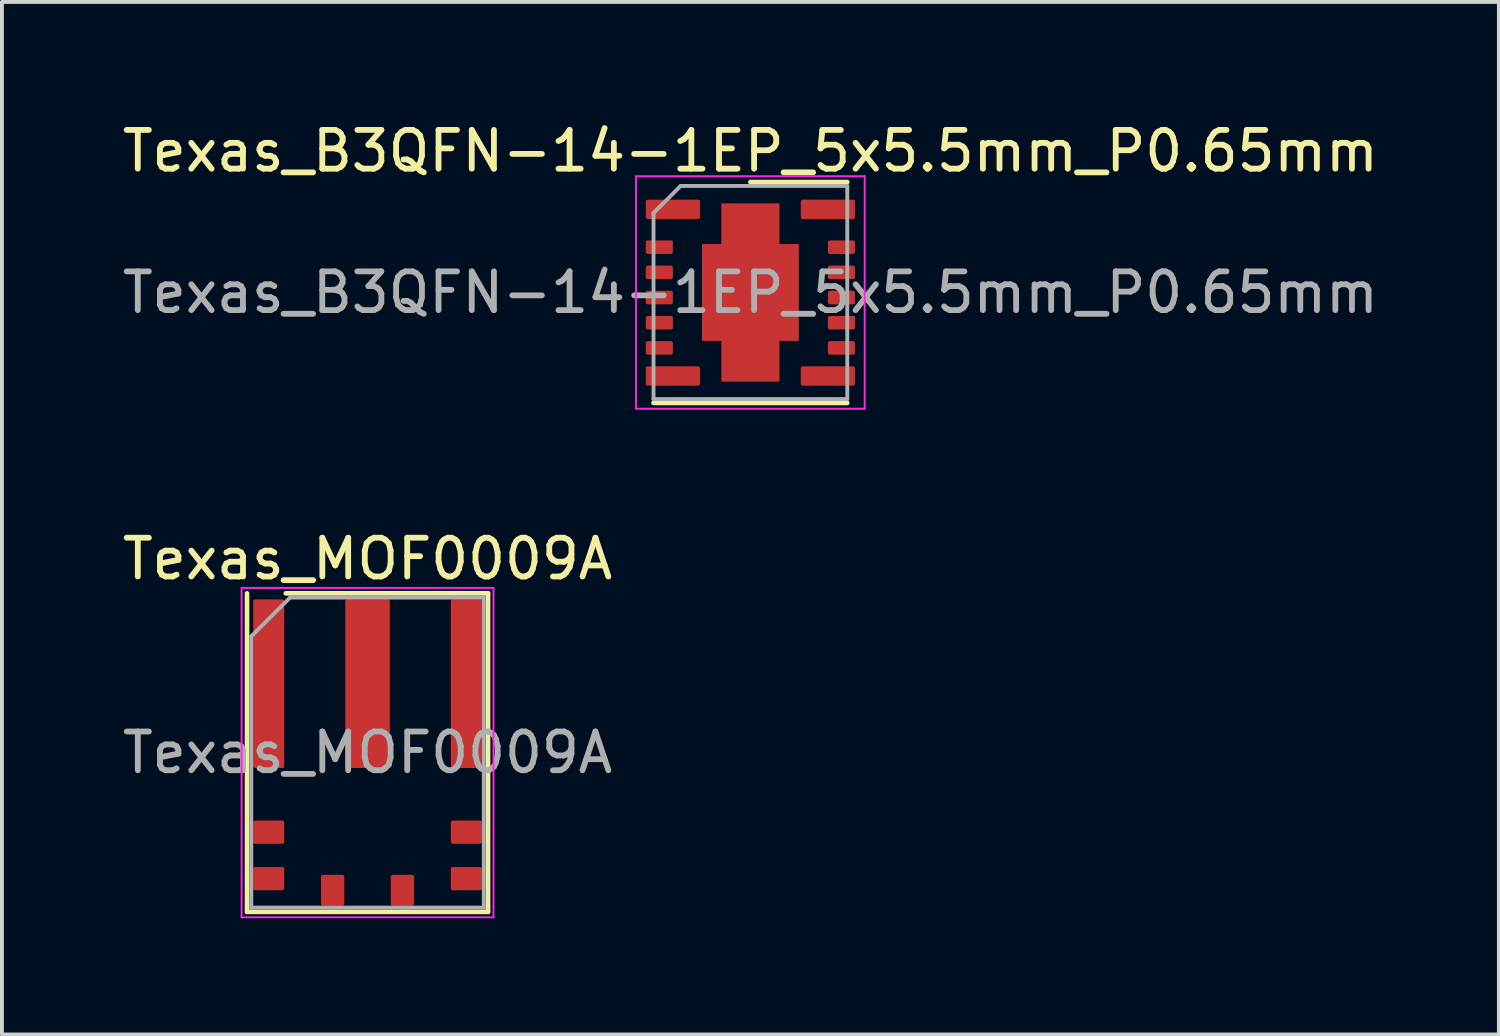
<source format=kicad_pcb>
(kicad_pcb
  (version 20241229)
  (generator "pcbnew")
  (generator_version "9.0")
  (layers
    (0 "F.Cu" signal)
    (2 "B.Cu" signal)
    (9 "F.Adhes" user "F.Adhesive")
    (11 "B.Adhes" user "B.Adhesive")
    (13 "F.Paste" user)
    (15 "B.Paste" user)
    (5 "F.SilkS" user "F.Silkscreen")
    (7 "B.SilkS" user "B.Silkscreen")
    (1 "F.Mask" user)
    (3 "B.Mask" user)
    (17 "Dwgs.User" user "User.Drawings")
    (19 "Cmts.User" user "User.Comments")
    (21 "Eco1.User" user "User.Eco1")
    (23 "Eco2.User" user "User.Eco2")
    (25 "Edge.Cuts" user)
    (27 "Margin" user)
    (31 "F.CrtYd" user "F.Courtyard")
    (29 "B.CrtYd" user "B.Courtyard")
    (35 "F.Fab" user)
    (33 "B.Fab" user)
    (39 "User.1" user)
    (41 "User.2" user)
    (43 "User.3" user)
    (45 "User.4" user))
  (footprint "Texas_MOF0009A"
    (layer "F.Cu")
    (at 6.435 16.372)
    (property "Reference" "Texas_MOF0009A" (at 0 -5 0) (layer "F.SilkS") (effects (font (size 1 1) (thickness 0.15))))
    (attr smd)
    (fp_line (start -3.11 4.11) (end -3.11 -4.11) (stroke (width 0.12) (type solid)) (layer "F.SilkS"))
    (fp_line (start -2.11 -4.11) (end 3.11 -4.11) (stroke (width 0.12) (type solid)) (layer "F.SilkS"))
    (fp_line (start 3.11 -4.11) (end 3.11 4.11) (stroke (width 0.12) (type solid)) (layer "F.SilkS"))
    (fp_line (start 3.11 4.11) (end -3.11 4.11) (stroke (width 0.12) (type solid)) (layer "F.SilkS"))
    (fp_line (start -3.25 -4.25) (end 3.25 -4.25) (stroke (width 0.05) (type solid)) (layer "F.CrtYd"))
    (fp_line (start -3.25 4.25) (end -3.25 -4.25) (stroke (width 0.05) (type solid)) (layer "F.CrtYd"))
    (fp_line (start 3.25 -4.25) (end 3.25 4.25) (stroke (width 0.05) (type solid)) (layer "F.CrtYd"))
    (fp_line (start 3.25 4.25) (end -3.25 4.25) (stroke (width 0.05) (type solid)) (layer "F.CrtYd"))
    (fp_line (start -3 4) (end -3 -3) (stroke (width 0.1) (type solid)) (layer "F.Fab"))
    (fp_line (start -2 -4) (end -3 -3) (stroke (width 0.1) (type solid)) (layer "F.Fab"))
    (fp_line (start -2 -4) (end 3 -4) (stroke (width 0.1) (type solid)) (layer "F.Fab"))
    (fp_line (start 3 -4) (end 3 4) (stroke (width 0.1) (type solid)) (layer "F.Fab"))
    (fp_line (start 3 4) (end -3 4) (stroke (width 0.1) (type solid)) (layer "F.Fab"))
    (fp_text user "${REFERENCE}" (at 0 0 0) (layer "F.Fab") (effects (font (size 1 1) (thickness 0.15))))
    (pad "" smd roundrect (at -2.55 -3.558) (size 0.7 0.59) (layers "F.Paste") (roundrect_rratio 0.085))
    (pad "" smd roundrect (at -2.55 -2.667) (size 0.7 0.59) (layers "F.Paste") (roundrect_rratio 0.085))
    (pad "" smd roundrect (at -2.55 -1.778) (size 0.7 0.59) (layers "F.Paste") (roundrect_rratio 0.085))
    (pad "" smd roundrect (at -2.55 -0.887) (size 0.7 0.59) (layers "F.Paste") (roundrect_rratio 0.085))
    (pad "" smd roundrect (at -2.55 0.003) (size 0.7 0.59) (layers "F.Paste") (roundrect_rratio 0.085))
    (pad "" smd roundrect (at 0 -3.558) (size 1.05 0.59) (layers "F.Paste") (roundrect_rratio 0.085))
    (pad "" smd roundrect (at 0 -2.667) (size 1.05 0.59) (layers "F.Paste") (roundrect_rratio 0.085))
    (pad "" smd roundrect (at 0 -1.778) (size 1.05 0.59) (layers "F.Paste") (roundrect_rratio 0.085))
    (pad "" smd roundrect (at 0 -0.887) (size 1.05 0.59) (layers "F.Paste") (roundrect_rratio 0.085))
    (pad "" smd roundrect (at 0 0.003) (size 1.05 0.59) (layers "F.Paste") (roundrect_rratio 0.085))
    (pad "" smd roundrect (at 2.55 -3.558) (size 0.7 0.59) (layers "F.Paste") (roundrect_rratio 0.085))
    (pad "" smd roundrect (at 2.55 -2.667) (size 0.7 0.59) (layers "F.Paste") (roundrect_rratio 0.085))
    (pad "" smd roundrect (at 2.55 -1.778) (size 0.7 0.59) (layers "F.Paste") (roundrect_rratio 0.085))
    (pad "" smd roundrect (at 2.55 -0.887) (size 0.7 0.59) (layers "F.Paste") (roundrect_rratio 0.085))
    (pad "" smd roundrect (at 2.55 0.003) (size 0.7 0.59) (layers "F.Paste") (roundrect_rratio 0.085))
    (pad "1" smd roundrect (at -2.55 -1.778) (size 0.8 4.35) (layers "F.Cu" "F.Mask") (roundrect_rratio 0.063))
    (pad "2" smd roundrect (at -2.55 2.053) (size 0.8 0.6) (layers "F.Cu" "F.Mask" "F.Paste") (roundrect_rratio 0.084))
    (pad "3" smd roundrect (at -2.55 3.252) (size 0.8 0.6) (layers "F.Cu" "F.Mask" "F.Paste") (roundrect_rratio 0.084))
    (pad "4" smd roundrect (at -0.9 3.553) (size 0.6 0.8) (layers "F.Cu" "F.Mask" "F.Paste") (roundrect_rratio 0.084))
    (pad "5" smd roundrect (at 0.9 3.553) (size 0.6 0.8) (layers "F.Cu" "F.Mask" "F.Paste") (roundrect_rratio 0.084))
    (pad "6" smd roundrect (at 2.55 3.252) (size 0.8 0.6) (layers "F.Cu" "F.Mask" "F.Paste") (roundrect_rratio 0.084))
    (pad "7" smd roundrect (at 2.55 2.053) (size 0.8 0.6) (layers "F.Cu" "F.Mask" "F.Paste") (roundrect_rratio 0.084))
    (pad "8" smd roundrect (at 2.55 -1.778) (size 0.8 4.35) (layers "F.Cu" "F.Mask") (roundrect_rratio 0.063))
    (pad "9" smd roundrect (at 0 -1.778) (size 1.15 4.35) (layers "F.Cu" "F.Mask") (roundrect_rratio 0.044)))
  (footprint "Texas_B3QFN-14-1EP_5x5.5mm_P0.65mm"
    (layer "F.Cu")
    (at 16.315 4.498)
    (property "Reference" "Texas_B3QFN-14-1EP_5x5.5mm_P0.65mm" (at 0 -3.65 0) (layer "F.SilkS") (effects (font (size 1 1) (thickness 0.15))))
    (attr smd)
    (fp_line (start 2.5 -2.85) (end 0 -2.85) (stroke (width 0.12) (type solid)) (layer "F.SilkS"))
    (fp_line (start 2.5 2.85) (end -2.5 2.85) (stroke (width 0.12) (type solid)) (layer "F.SilkS"))
    (fp_line (start -2.95 -3) (end 2.95 -3) (stroke (width 0.05) (type solid)) (layer "F.CrtYd"))
    (fp_line (start -2.95 3) (end -2.95 -3) (stroke (width 0.05) (type solid)) (layer "F.CrtYd"))
    (fp_line (start 2.95 -3) (end 2.95 3) (stroke (width 0.05) (type solid)) (layer "F.CrtYd"))
    (fp_line (start 2.95 3) (end -2.95 3) (stroke (width 0.05) (type solid)) (layer "F.CrtYd"))
    (fp_line (start -2.5 2.75) (end -2.5 -2.05) (stroke (width 0.1) (type solid)) (layer "F.Fab"))
    (fp_line (start -1.8 -2.75) (end -2.5 -2.05) (stroke (width 0.1) (type solid)) (layer "F.Fab"))
    (fp_line (start -1.8 -2.75) (end 2.5 -2.75) (stroke (width 0.1) (type solid)) (layer "F.Fab"))
    (fp_line (start 2.5 -2.75) (end 2.5 2.75) (stroke (width 0.1) (type solid)) (layer "F.Fab"))
    (fp_line (start 2.5 2.75) (end -2.5 2.75) (stroke (width 0.1) (type solid)) (layer "F.Fab"))
    (fp_text user "${REFERENCE}" (at 0 0 0) (layer "F.Fab") (effects (font (size 1 1) (thickness 0.15))))
    (pad "1" smd roundrect (at -2 -2.145) (size 1.4 0.5) (layers "F.Cu" "F.Mask" "F.Paste") (roundrect_rratio 0.1))
    (pad "2" smd roundrect (at -2.35 -1.17) (size 0.7 0.35) (layers "F.Cu" "F.Mask" "F.Paste") (roundrect_rratio 0.143))
    (pad "3" smd roundrect (at -2.35 -0.52) (size 0.7 0.35) (layers "F.Cu" "F.Mask" "F.Paste") (roundrect_rratio 0.143))
    (pad "4" smd roundrect (at -2.35 0.13) (size 0.7 0.35) (layers "F.Cu" "F.Mask" "F.Paste") (roundrect_rratio 0.143))
    (pad "5" smd roundrect (at -2.35 0.78) (size 0.7 0.35) (layers "F.Cu" "F.Mask" "F.Paste") (roundrect_rratio 0.143))
    (pad "6" smd roundrect (at -2.35 1.43) (size 0.7 0.35) (layers "F.Cu" "F.Mask" "F.Paste") (roundrect_rratio 0.143))
    (pad "7" smd roundrect (at -2 2.155) (size 1.4 0.5) (layers "F.Cu" "F.Mask" "F.Paste") (roundrect_rratio 0.1))
    (pad "8" smd roundrect (at 2 2.155) (size 1.4 0.5) (layers "F.Cu" "F.Mask" "F.Paste") (roundrect_rratio 0.1))
    (pad "9" smd roundrect (at 2.35 1.43) (size 0.7 0.35) (layers "F.Cu" "F.Mask" "F.Paste") (roundrect_rratio 0.143))
    (pad "10" smd roundrect (at 2.35 0.78) (size 0.7 0.35) (layers "F.Cu" "F.Mask" "F.Paste") (roundrect_rratio 0.143))
    (pad "11" smd roundrect (at 2.35 0.13) (size 0.7 0.35) (layers "F.Cu" "F.Mask" "F.Paste") (roundrect_rratio 0.143))
    (pad "12" smd roundrect (at 2.35 -0.52) (size 0.7 0.35) (layers "F.Cu" "F.Mask" "F.Paste") (roundrect_rratio 0.143))
    (pad "13" smd roundrect (at 2.35 -1.17) (size 0.7 0.35) (layers "F.Cu" "F.Mask" "F.Paste") (roundrect_rratio 0.143))
    (pad "14" smd roundrect (at 2 -2.145) (size 1.4 0.5) (layers "F.Cu" "F.Mask" "F.Paste") (roundrect_rratio 0.1))
    (pad "15" smd custom (at 0 0) (size 2.5 2.5) (layers "F.Cu" "F.Mask" "F.Paste") (options (anchor rect)) (primitives (gr_poly (pts (xy -0.75 -1.25) (xy -0.75 -2.3) (xy 0.75 -2.3) (xy 0.75 -1.25)) (width 0) (fill yes)) (gr_poly (pts (xy -0.75 1.25) (xy -0.75 2.3) (xy 0.75 2.3) (xy 0.75 1.25)) (width 0) (fill yes)))))
  (gr_rect
    (start -3 -3)
    (end 35.631 23.646)
    (stroke (width 0.1) (type default))
    (fill no)
    (layer "Edge.Cuts")))
</source>
